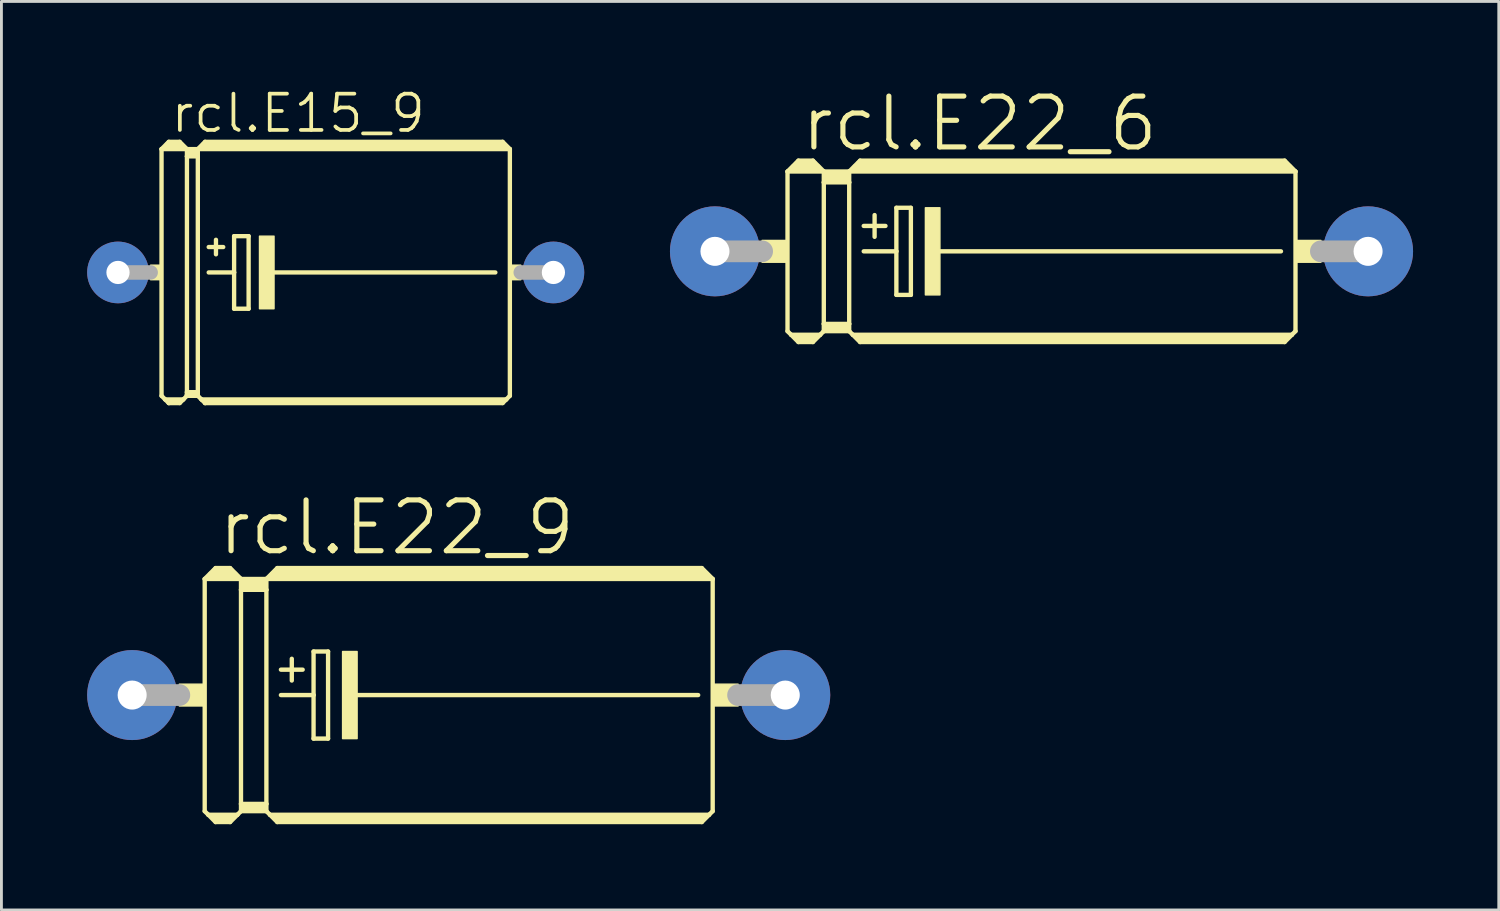
<source format=kicad_pcb>
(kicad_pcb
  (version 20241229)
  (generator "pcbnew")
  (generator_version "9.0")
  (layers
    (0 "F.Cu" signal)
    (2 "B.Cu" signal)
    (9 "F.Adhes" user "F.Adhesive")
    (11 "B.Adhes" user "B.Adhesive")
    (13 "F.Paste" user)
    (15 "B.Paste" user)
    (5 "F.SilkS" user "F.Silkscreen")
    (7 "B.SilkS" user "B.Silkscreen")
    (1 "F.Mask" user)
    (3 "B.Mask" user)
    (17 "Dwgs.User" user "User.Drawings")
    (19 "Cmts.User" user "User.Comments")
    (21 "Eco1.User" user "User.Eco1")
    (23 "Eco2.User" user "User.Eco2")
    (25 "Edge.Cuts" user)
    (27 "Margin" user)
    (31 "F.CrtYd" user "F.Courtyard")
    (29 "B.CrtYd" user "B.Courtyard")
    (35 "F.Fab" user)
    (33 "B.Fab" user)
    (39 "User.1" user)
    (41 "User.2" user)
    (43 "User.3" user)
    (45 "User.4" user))
  (footprint "rcl.E15_9"
    (layer "F.Cu")
    (at 8.7 6.486)
    (property "Reference" "rcl.E15_9" (at -5.842 -4.826 0) (layer "F.SilkS") (effects (font (size 1.27 1.27) (thickness 0.13)) (justify left bottom)))
    (attr through_hole)
    (fp_line (start -6.096 -4.318) (end -5.207 -4.318) (stroke (width 0.152) (type default)) (layer "F.SilkS"))
    (fp_line (start -6.096 4.318) (end -6.096 -4.318) (stroke (width 0.152) (type default)) (layer "F.SilkS"))
    (fp_line (start -6.096 4.318) (end -5.969 4.445) (stroke (width 0.152) (type default)) (layer "F.SilkS"))
    (fp_line (start -5.969 4.445) (end -5.842 4.572) (stroke (width 0.152) (type default)) (layer "F.SilkS"))
    (fp_line (start -5.969 4.445) (end -5.334 4.445) (stroke (width 0.152) (type default)) (layer "F.SilkS"))
    (fp_line (start -5.842 -4.572) (end -6.096 -4.318) (stroke (width 0.152) (type default)) (layer "F.SilkS"))
    (fp_line (start -5.842 -4.572) (end -5.461 -4.572) (stroke (width 0.152) (type default)) (layer "F.SilkS"))
    (fp_line (start -5.842 -4.445) (end -5.461 -4.445) (stroke (width 0.305) (type default)) (layer "F.SilkS"))
    (fp_line (start -5.842 4.521) (end -5.842 4.572) (stroke (width 0.152) (type default)) (layer "F.SilkS"))
    (fp_line (start -5.842 4.572) (end -5.461 4.572) (stroke (width 0.152) (type default)) (layer "F.SilkS"))
    (fp_line (start -5.461 -4.572) (end -5.207 -4.318) (stroke (width 0.152) (type default)) (layer "F.SilkS"))
    (fp_line (start -5.461 4.521) (end -5.842 4.521) (stroke (width 0.152) (type default)) (layer "F.SilkS"))
    (fp_line (start -5.461 4.572) (end -5.334 4.445) (stroke (width 0.152) (type default)) (layer "F.SilkS"))
    (fp_line (start -5.334 4.445) (end -5.207 4.318) (stroke (width 0.152) (type default)) (layer "F.SilkS"))
    (fp_line (start -5.207 -4.318) (end -5.207 -4.064) (stroke (width 0.152) (type default)) (layer "F.SilkS"))
    (fp_line (start -5.207 -4.318) (end -4.826 -4.318) (stroke (width 0.152) (type default)) (layer "F.SilkS"))
    (fp_line (start -5.207 -4.064) (end -5.207 4.191) (stroke (width 0.152) (type default)) (layer "F.SilkS"))
    (fp_line (start -5.207 -4.064) (end -4.826 -4.064) (stroke (width 0.152) (type default)) (layer "F.SilkS"))
    (fp_line (start -5.207 4.191) (end -5.207 4.267) (stroke (width 0.152) (type default)) (layer "F.SilkS"))
    (fp_line (start -5.207 4.191) (end -4.826 4.191) (stroke (width 0.152) (type default)) (layer "F.SilkS"))
    (fp_line (start -5.207 4.267) (end -5.207 4.318) (stroke (width 0.152) (type default)) (layer "F.SilkS"))
    (fp_line (start -5.207 4.318) (end -4.826 4.318) (stroke (width 0.152) (type default)) (layer "F.SilkS"))
    (fp_line (start -5.08 -4.191) (end -4.953 -4.191) (stroke (width 0.305) (type default)) (layer "F.SilkS"))
    (fp_line (start -4.826 -4.318) (end -4.826 -4.064) (stroke (width 0.152) (type default)) (layer "F.SilkS"))
    (fp_line (start -4.826 -4.318) (end -4.572 -4.572) (stroke (width 0.152) (type default)) (layer "F.SilkS"))
    (fp_line (start -4.826 -4.318) (end 6.096 -4.318) (stroke (width 0.152) (type default)) (layer "F.SilkS"))
    (fp_line (start -4.826 -4.064) (end -4.826 4.191) (stroke (width 0.152) (type default)) (layer "F.SilkS"))
    (fp_line (start -4.826 4.191) (end -4.826 4.267) (stroke (width 0.152) (type default)) (layer "F.SilkS"))
    (fp_line (start -4.826 4.267) (end -5.207 4.267) (stroke (width 0.152) (type default)) (layer "F.SilkS"))
    (fp_line (start -4.826 4.267) (end -4.826 4.318) (stroke (width 0.152) (type default)) (layer "F.SilkS"))
    (fp_line (start -4.826 4.318) (end -4.699 4.445) (stroke (width 0.152) (type default)) (layer "F.SilkS"))
    (fp_line (start -4.699 4.445) (end -4.572 4.572) (stroke (width 0.152) (type default)) (layer "F.SilkS"))
    (fp_line (start -4.699 4.445) (end 5.969 4.445) (stroke (width 0.152) (type default)) (layer "F.SilkS"))
    (fp_line (start -4.572 -4.572) (end 5.842 -4.572) (stroke (width 0.152) (type default)) (layer "F.SilkS"))
    (fp_line (start -4.572 -4.445) (end 5.842 -4.445) (stroke (width 0.305) (type default)) (layer "F.SilkS"))
    (fp_line (start -4.572 4.521) (end -4.572 4.572) (stroke (width 0.152) (type default)) (layer "F.SilkS"))
    (fp_line (start -4.572 4.572) (end 5.842 4.572) (stroke (width 0.152) (type default)) (layer "F.SilkS"))
    (fp_line (start -4.445 -0.889) (end -3.937 -0.889) (stroke (width 0.152) (type default)) (layer "F.SilkS"))
    (fp_line (start -4.445 0) (end -3.556 0) (stroke (width 0.152) (type default)) (layer "F.SilkS"))
    (fp_line (start -4.191 -1.143) (end -4.191 -0.635) (stroke (width 0.152) (type default)) (layer "F.SilkS"))
    (fp_line (start -3.556 -1.27) (end -3.556 0) (stroke (width 0.152) (type default)) (layer "F.SilkS"))
    (fp_line (start -3.556 0) (end -3.556 1.27) (stroke (width 0.152) (type default)) (layer "F.SilkS"))
    (fp_line (start -3.556 1.27) (end -3.048 1.27) (stroke (width 0.152) (type default)) (layer "F.SilkS"))
    (fp_line (start -3.048 -1.27) (end -3.556 -1.27) (stroke (width 0.152) (type default)) (layer "F.SilkS"))
    (fp_line (start -3.048 1.27) (end -3.048 -1.27) (stroke (width 0.152) (type default)) (layer "F.SilkS"))
    (fp_line (start -2.286 0) (end 5.588 0) (stroke (width 0.152) (type default)) (layer "F.SilkS"))
    (fp_line (start 5.842 4.521) (end -4.572 4.521) (stroke (width 0.152) (type default)) (layer "F.SilkS"))
    (fp_line (start 5.969 4.445) (end 5.842 4.572) (stroke (width 0.152) (type default)) (layer "F.SilkS"))
    (fp_line (start 6.096 -4.318) (end 5.842 -4.572) (stroke (width 0.152) (type default)) (layer "F.SilkS"))
    (fp_line (start 6.096 -4.318) (end 6.096 4.318) (stroke (width 0.152) (type default)) (layer "F.SilkS"))
    (fp_line (start 6.096 4.318) (end 5.969 4.445) (stroke (width 0.152) (type default)) (layer "F.SilkS"))
    (fp_rect (start -6.477 0.254) (end -6.096 -0.254) (stroke (width 0.05) (type default)) (fill yes) (layer "F.SilkS"))
    (fp_rect (start -2.667 1.27) (end -2.159 -1.27) (stroke (width 0.05) (type default)) (fill yes) (layer "F.SilkS"))
    (fp_rect (start 6.096 0.254) (end 6.477 -0.254) (stroke (width 0.05) (type default)) (fill yes) (layer "F.SilkS"))
    (fp_line (start -7.62 0) (end -6.477 0) (stroke (width 0.508) (type default)) (layer "F.Fab"))
    (fp_line (start 7.62 0) (end 6.477 0) (stroke (width 0.508) (type default)) (layer "F.Fab"))
    (pad "+" thru_hole circle (at -7.62 0) (size 2.159 2.159) (drill 0.813) (layers "*.Cu" "*.Mask"))
    (pad "-" thru_hole circle (at 7.62 0) (size 2.159 2.159) (drill 0.813) (layers "*.Cu" "*.Mask")))
  (footprint "rcl.E22_9"
    (layer "F.Cu")
    (at 13.005 21.278)
    (property "Reference" "rcl.E22_9" (at -8.509 -4.826 0) (layer "F.SilkS") (effects (font (size 1.778 1.778) (thickness 0.18)) (justify left bottom)))
    (attr through_hole)
    (fp_line (start -8.89 -4.064) (end -8.89 4.064) (stroke (width 0.152) (type default)) (layer "F.SilkS"))
    (fp_line (start -8.89 -4.064) (end -8.509 -4.445) (stroke (width 0.152) (type default)) (layer "F.SilkS"))
    (fp_line (start -8.89 -4.064) (end -7.62 -4.064) (stroke (width 0.152) (type default)) (layer "F.SilkS"))
    (fp_line (start -8.89 4.064) (end -8.763 4.191) (stroke (width 0.152) (type default)) (layer "F.SilkS"))
    (fp_line (start -8.763 4.191) (end -8.509 4.445) (stroke (width 0.152) (type default)) (layer "F.SilkS"))
    (fp_line (start -8.763 4.191) (end -7.747 4.191) (stroke (width 0.152) (type default)) (layer "F.SilkS"))
    (fp_line (start -8.636 -4.191) (end -7.874 -4.191) (stroke (width 0.305) (type default)) (layer "F.SilkS"))
    (fp_line (start -8.509 -4.445) (end -8.001 -4.445) (stroke (width 0.152) (type default)) (layer "F.SilkS"))
    (fp_line (start -8.509 -4.318) (end -8.001 -4.318) (stroke (width 0.305) (type default)) (layer "F.SilkS"))
    (fp_line (start -8.509 4.318) (end -8.001 4.318) (stroke (width 0.254) (type default)) (layer "F.SilkS"))
    (fp_line (start -8.509 4.445) (end -8.001 4.445) (stroke (width 0.152) (type default)) (layer "F.SilkS"))
    (fp_line (start -7.747 4.191) (end -8.001 4.445) (stroke (width 0.152) (type default)) (layer "F.SilkS"))
    (fp_line (start -7.62 -4.064) (end -8.001 -4.445) (stroke (width 0.152) (type default)) (layer "F.SilkS"))
    (fp_line (start -7.62 -4.064) (end -7.62 -3.683) (stroke (width 0.152) (type default)) (layer "F.SilkS"))
    (fp_line (start -7.62 -4.064) (end -6.731 -4.064) (stroke (width 0.152) (type default)) (layer "F.SilkS"))
    (fp_line (start -7.62 -3.683) (end -6.731 -3.683) (stroke (width 0.152) (type default)) (layer "F.SilkS"))
    (fp_line (start -7.62 3.81) (end -7.62 -3.683) (stroke (width 0.152) (type default)) (layer "F.SilkS"))
    (fp_line (start -7.62 3.81) (end -6.731 3.81) (stroke (width 0.152) (type default)) (layer "F.SilkS"))
    (fp_line (start -7.62 4.064) (end -7.747 4.191) (stroke (width 0.152) (type default)) (layer "F.SilkS"))
    (fp_line (start -7.62 4.064) (end -7.62 3.81) (stroke (width 0.152) (type default)) (layer "F.SilkS"))
    (fp_line (start -7.62 4.064) (end -6.731 4.064) (stroke (width 0.152) (type default)) (layer "F.SilkS"))
    (fp_line (start -7.493 -3.937) (end -6.858 -3.937) (stroke (width 0.305) (type default)) (layer "F.SilkS"))
    (fp_line (start -7.493 -3.81) (end -6.858 -3.81) (stroke (width 0.305) (type default)) (layer "F.SilkS"))
    (fp_line (start -7.493 3.937) (end -6.858 3.937) (stroke (width 0.254) (type default)) (layer "F.SilkS"))
    (fp_line (start -6.731 -4.064) (end -6.731 -3.683) (stroke (width 0.152) (type default)) (layer "F.SilkS"))
    (fp_line (start -6.731 -4.064) (end 8.89 -4.064) (stroke (width 0.152) (type default)) (layer "F.SilkS"))
    (fp_line (start -6.731 -3.683) (end -6.731 3.81) (stroke (width 0.152) (type default)) (layer "F.SilkS"))
    (fp_line (start -6.731 3.81) (end -6.731 4.064) (stroke (width 0.152) (type default)) (layer "F.SilkS"))
    (fp_line (start -6.604 4.191) (end -6.731 4.064) (stroke (width 0.152) (type default)) (layer "F.SilkS"))
    (fp_line (start -6.604 4.191) (end 8.763 4.191) (stroke (width 0.152) (type default)) (layer "F.SilkS"))
    (fp_line (start -6.477 -4.191) (end 8.636 -4.191) (stroke (width 0.305) (type default)) (layer "F.SilkS"))
    (fp_line (start -6.35 -4.445) (end -6.731 -4.064) (stroke (width 0.152) (type default)) (layer "F.SilkS"))
    (fp_line (start -6.35 -4.445) (end 8.509 -4.445) (stroke (width 0.152) (type default)) (layer "F.SilkS"))
    (fp_line (start -6.35 -4.318) (end 8.509 -4.318) (stroke (width 0.305) (type default)) (layer "F.SilkS"))
    (fp_line (start -6.35 4.318) (end 8.509 4.318) (stroke (width 0.254) (type default)) (layer "F.SilkS"))
    (fp_line (start -6.35 4.445) (end -6.604 4.191) (stroke (width 0.152) (type default)) (layer "F.SilkS"))
    (fp_line (start -6.35 4.445) (end 8.509 4.445) (stroke (width 0.152) (type default)) (layer "F.SilkS"))
    (fp_line (start -6.223 -0.889) (end -5.461 -0.889) (stroke (width 0.152) (type default)) (layer "F.SilkS"))
    (fp_line (start -6.223 0) (end -5.08 0) (stroke (width 0.152) (type default)) (layer "F.SilkS"))
    (fp_line (start -5.842 -1.27) (end -5.842 -0.508) (stroke (width 0.152) (type default)) (layer "F.SilkS"))
    (fp_line (start -5.08 -1.524) (end -5.08 0) (stroke (width 0.152) (type default)) (layer "F.SilkS"))
    (fp_line (start -5.08 0) (end -5.08 1.524) (stroke (width 0.152) (type default)) (layer "F.SilkS"))
    (fp_line (start -5.08 1.524) (end -4.572 1.524) (stroke (width 0.152) (type default)) (layer "F.SilkS"))
    (fp_line (start -4.572 -1.524) (end -5.08 -1.524) (stroke (width 0.152) (type default)) (layer "F.SilkS"))
    (fp_line (start -4.572 1.524) (end -4.572 -1.524) (stroke (width 0.152) (type default)) (layer "F.SilkS"))
    (fp_line (start -3.683 0) (end 8.382 0) (stroke (width 0.152) (type default)) (layer "F.SilkS"))
    (fp_line (start 8.509 -4.445) (end 8.89 -4.064) (stroke (width 0.152) (type default)) (layer "F.SilkS"))
    (fp_line (start 8.509 4.445) (end 8.763 4.191) (stroke (width 0.152) (type default)) (layer "F.SilkS"))
    (fp_line (start 8.763 4.191) (end 8.89 4.064) (stroke (width 0.152) (type default)) (layer "F.SilkS"))
    (fp_line (start 8.89 -4.064) (end 8.89 4.064) (stroke (width 0.152) (type default)) (layer "F.SilkS"))
    (fp_rect (start -9.779 0.381) (end -8.89 -0.381) (stroke (width 0.05) (type default)) (fill yes) (layer "F.SilkS"))
    (fp_rect (start -4.064 1.524) (end -3.556 -1.524) (stroke (width 0.05) (type default)) (fill yes) (layer "F.SilkS"))
    (fp_rect (start 8.89 0.381) (end 9.779 -0.381) (stroke (width 0.05) (type default)) (fill yes) (layer "F.SilkS"))
    (fp_line (start -11.43 0) (end -9.779 0) (stroke (width 0.762) (type default)) (layer "F.Fab"))
    (fp_line (start 11.43 0) (end 9.779 0) (stroke (width 0.762) (type default)) (layer "F.Fab"))
    (pad "+" thru_hole circle (at -11.43 0) (size 3.15 3.15) (drill 1.016) (layers "*.Cu" "*.Mask"))
    (pad "-" thru_hole circle (at 11.43 0) (size 3.15 3.15) (drill 1.016) (layers "*.Cu" "*.Mask")))
  (footprint "rcl.E22_6"
    (layer "F.Cu")
    (at 33.404 5.747)
    (property "Reference" "rcl.E22_6" (at -8.509 -3.429 0) (layer "F.SilkS") (effects (font (size 1.778 1.778) (thickness 0.18)) (justify left bottom)))
    (attr through_hole)
    (fp_line (start -8.89 -2.794) (end -8.89 2.794) (stroke (width 0.152) (type default)) (layer "F.SilkS"))
    (fp_line (start -8.89 -2.794) (end -8.509 -3.175) (stroke (width 0.152) (type default)) (layer "F.SilkS"))
    (fp_line (start -8.89 -2.794) (end -7.62 -2.794) (stroke (width 0.152) (type default)) (layer "F.SilkS"))
    (fp_line (start -8.89 2.794) (end -8.763 2.921) (stroke (width 0.152) (type default)) (layer "F.SilkS"))
    (fp_line (start -8.763 2.921) (end -8.509 3.175) (stroke (width 0.152) (type default)) (layer "F.SilkS"))
    (fp_line (start -8.763 2.921) (end -7.747 2.921) (stroke (width 0.152) (type default)) (layer "F.SilkS"))
    (fp_line (start -8.636 -2.921) (end -7.874 -2.921) (stroke (width 0.305) (type default)) (layer "F.SilkS"))
    (fp_line (start -8.509 -3.175) (end -8.001 -3.175) (stroke (width 0.152) (type default)) (layer "F.SilkS"))
    (fp_line (start -8.509 -3.048) (end -8.001 -3.048) (stroke (width 0.305) (type default)) (layer "F.SilkS"))
    (fp_line (start -8.509 3.048) (end -8.001 3.048) (stroke (width 0.254) (type default)) (layer "F.SilkS"))
    (fp_line (start -8.509 3.175) (end -8.001 3.175) (stroke (width 0.152) (type default)) (layer "F.SilkS"))
    (fp_line (start -7.747 2.921) (end -8.001 3.175) (stroke (width 0.152) (type default)) (layer "F.SilkS"))
    (fp_line (start -7.62 -2.794) (end -8.001 -3.175) (stroke (width 0.152) (type default)) (layer "F.SilkS"))
    (fp_line (start -7.62 -2.794) (end -7.62 -2.413) (stroke (width 0.152) (type default)) (layer "F.SilkS"))
    (fp_line (start -7.62 -2.794) (end -6.731 -2.794) (stroke (width 0.152) (type default)) (layer "F.SilkS"))
    (fp_line (start -7.62 -2.413) (end -6.731 -2.413) (stroke (width 0.152) (type default)) (layer "F.SilkS"))
    (fp_line (start -7.62 2.54) (end -7.62 -2.413) (stroke (width 0.152) (type default)) (layer "F.SilkS"))
    (fp_line (start -7.62 2.54) (end -6.731 2.54) (stroke (width 0.152) (type default)) (layer "F.SilkS"))
    (fp_line (start -7.62 2.794) (end -7.747 2.921) (stroke (width 0.152) (type default)) (layer "F.SilkS"))
    (fp_line (start -7.62 2.794) (end -7.62 2.54) (stroke (width 0.152) (type default)) (layer "F.SilkS"))
    (fp_line (start -7.62 2.794) (end -6.731 2.794) (stroke (width 0.152) (type default)) (layer "F.SilkS"))
    (fp_line (start -7.493 -2.667) (end -6.858 -2.667) (stroke (width 0.305) (type default)) (layer "F.SilkS"))
    (fp_line (start -7.493 -2.54) (end -6.858 -2.54) (stroke (width 0.305) (type default)) (layer "F.SilkS"))
    (fp_line (start -7.493 2.667) (end -6.858 2.667) (stroke (width 0.254) (type default)) (layer "F.SilkS"))
    (fp_line (start -6.731 -2.794) (end -6.731 -2.413) (stroke (width 0.152) (type default)) (layer "F.SilkS"))
    (fp_line (start -6.731 -2.794) (end 8.89 -2.794) (stroke (width 0.152) (type default)) (layer "F.SilkS"))
    (fp_line (start -6.731 -2.413) (end -6.731 2.54) (stroke (width 0.152) (type default)) (layer "F.SilkS"))
    (fp_line (start -6.731 2.54) (end -6.731 2.794) (stroke (width 0.152) (type default)) (layer "F.SilkS"))
    (fp_line (start -6.604 2.921) (end -6.731 2.794) (stroke (width 0.152) (type default)) (layer "F.SilkS"))
    (fp_line (start -6.604 2.921) (end 8.763 2.921) (stroke (width 0.152) (type default)) (layer "F.SilkS"))
    (fp_line (start -6.477 -2.921) (end 8.636 -2.921) (stroke (width 0.305) (type default)) (layer "F.SilkS"))
    (fp_line (start -6.35 -3.175) (end -6.731 -2.794) (stroke (width 0.152) (type default)) (layer "F.SilkS"))
    (fp_line (start -6.35 -3.175) (end 8.509 -3.175) (stroke (width 0.152) (type default)) (layer "F.SilkS"))
    (fp_line (start -6.35 -3.048) (end 8.509 -3.048) (stroke (width 0.305) (type default)) (layer "F.SilkS"))
    (fp_line (start -6.35 3.048) (end 8.509 3.048) (stroke (width 0.254) (type default)) (layer "F.SilkS"))
    (fp_line (start -6.35 3.175) (end -6.604 2.921) (stroke (width 0.152) (type default)) (layer "F.SilkS"))
    (fp_line (start -6.35 3.175) (end 8.509 3.175) (stroke (width 0.152) (type default)) (layer "F.SilkS"))
    (fp_line (start -6.223 -0.889) (end -5.461 -0.889) (stroke (width 0.152) (type default)) (layer "F.SilkS"))
    (fp_line (start -6.223 0) (end -5.08 0) (stroke (width 0.152) (type default)) (layer "F.SilkS"))
    (fp_line (start -5.842 -1.27) (end -5.842 -0.508) (stroke (width 0.152) (type default)) (layer "F.SilkS"))
    (fp_line (start -5.08 -1.524) (end -5.08 0) (stroke (width 0.152) (type default)) (layer "F.SilkS"))
    (fp_line (start -5.08 0) (end -5.08 1.524) (stroke (width 0.152) (type default)) (layer "F.SilkS"))
    (fp_line (start -5.08 1.524) (end -4.572 1.524) (stroke (width 0.152) (type default)) (layer "F.SilkS"))
    (fp_line (start -4.572 -1.524) (end -5.08 -1.524) (stroke (width 0.152) (type default)) (layer "F.SilkS"))
    (fp_line (start -4.572 1.524) (end -4.572 -1.524) (stroke (width 0.152) (type default)) (layer "F.SilkS"))
    (fp_line (start -3.683 0) (end 8.382 0) (stroke (width 0.152) (type default)) (layer "F.SilkS"))
    (fp_line (start 8.509 -3.175) (end 8.89 -2.794) (stroke (width 0.152) (type default)) (layer "F.SilkS"))
    (fp_line (start 8.509 3.175) (end 8.763 2.921) (stroke (width 0.152) (type default)) (layer "F.SilkS"))
    (fp_line (start 8.763 2.921) (end 8.89 2.794) (stroke (width 0.152) (type default)) (layer "F.SilkS"))
    (fp_line (start 8.89 -2.794) (end 8.89 2.794) (stroke (width 0.152) (type default)) (layer "F.SilkS"))
    (fp_rect (start -9.779 0.381) (end -8.89 -0.381) (stroke (width 0.05) (type default)) (fill yes) (layer "F.SilkS"))
    (fp_rect (start -4.064 1.524) (end -3.556 -1.524) (stroke (width 0.05) (type default)) (fill yes) (layer "F.SilkS"))
    (fp_rect (start 8.89 0.381) (end 9.779 -0.381) (stroke (width 0.05) (type default)) (fill yes) (layer "F.SilkS"))
    (fp_line (start -11.43 0) (end -9.779 0) (stroke (width 0.762) (type default)) (layer "F.Fab"))
    (fp_line (start 11.43 0) (end 9.779 0) (stroke (width 0.762) (type default)) (layer "F.Fab"))
    (pad "+" thru_hole circle (at -11.43 0) (size 3.15 3.15) (drill 1.016) (layers "*.Cu" "*.Mask"))
    (pad "-" thru_hole circle (at 11.43 0) (size 3.15 3.15) (drill 1.016) (layers "*.Cu" "*.Mask")))
  (gr_rect
    (start -3 -3)
    (end 49.409 28.799)
    (stroke (width 0.1) (type default))
    (fill no)
    (layer "Edge.Cuts")))
</source>
